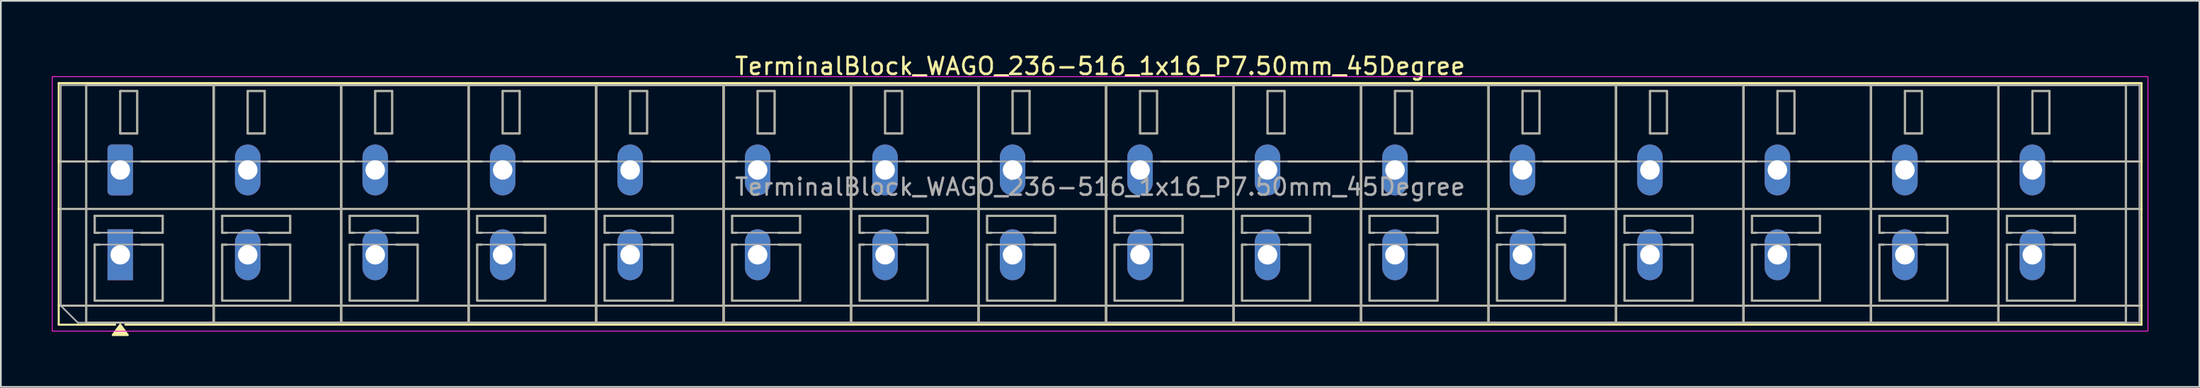
<source format=kicad_pcb>
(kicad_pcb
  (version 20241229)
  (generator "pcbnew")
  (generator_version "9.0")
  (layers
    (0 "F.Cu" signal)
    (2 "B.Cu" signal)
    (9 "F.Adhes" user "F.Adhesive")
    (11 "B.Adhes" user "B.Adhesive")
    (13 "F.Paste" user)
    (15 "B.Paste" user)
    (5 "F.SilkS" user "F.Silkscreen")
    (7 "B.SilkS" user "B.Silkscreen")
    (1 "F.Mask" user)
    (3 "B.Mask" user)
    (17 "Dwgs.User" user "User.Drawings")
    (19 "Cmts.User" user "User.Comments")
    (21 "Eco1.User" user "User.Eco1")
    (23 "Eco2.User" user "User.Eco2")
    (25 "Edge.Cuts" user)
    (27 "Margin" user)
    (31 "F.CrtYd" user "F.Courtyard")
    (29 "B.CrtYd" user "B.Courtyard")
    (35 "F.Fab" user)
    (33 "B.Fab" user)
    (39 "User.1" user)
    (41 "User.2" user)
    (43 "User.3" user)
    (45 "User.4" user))
  (footprint "TerminalBlock_WAGO_236-516_1x16_P7.50mm_45Degree"
    (layer "F.Cu")
    (at 4.025 6.968)
    (property "Reference" "TerminalBlock_WAGO_236-516_1x16_P7.50mm_45Degree" (at 57.65 -6.12 0) (layer "F.SilkS") (effects (font (size 1 1) (thickness 0.15))))
    (attr through_hole)
    (fp_line (start -3.62 -5.12) (end 118.92 -5.12) (stroke (width 0.12) (type solid)) (layer "F.SilkS"))
    (fp_line (start -3.62 -0.5) (end -1.23 -0.5) (stroke (width 0.12) (type solid)) (layer "F.SilkS"))
    (fp_line (start -3.62 2.3) (end 118.92 2.3) (stroke (width 0.12) (type solid)) (layer "F.SilkS"))
    (fp_line (start -3.62 8) (end 118.92 8) (stroke (width 0.12) (type solid)) (layer "F.SilkS"))
    (fp_line (start -3.62 9.12) (end -3.62 -5.12) (stroke (width 0.12) (type solid)) (layer "F.SilkS"))
    (fp_line (start -2 -5) (end 5.5 -5) (stroke (width 0.12) (type solid)) (layer "F.SilkS"))
    (fp_line (start -2 9) (end -2 -5) (stroke (width 0.12) (type solid)) (layer "F.SilkS"))
    (fp_line (start -1.5 2.7) (end 2.5 2.7) (stroke (width 0.12) (type solid)) (layer "F.SilkS"))
    (fp_line (start -1.5 3.7) (end -1.5 2.7) (stroke (width 0.12) (type solid)) (layer "F.SilkS"))
    (fp_line (start -1.5 4.4) (end -1.23 4.4) (stroke (width 0.12) (type solid)) (layer "F.SilkS"))
    (fp_line (start -1.5 7.7) (end -1.5 4.4) (stroke (width 0.12) (type solid)) (layer "F.SilkS"))
    (fp_line (start -1.23 3.7) (end -1.5 3.7) (stroke (width 0.12) (type solid)) (layer "F.SilkS"))
    (fp_line (start -0.3 9.12) (end -3.62 9.12) (stroke (width 0.12) (type solid)) (layer "F.SilkS"))
    (fp_line (start 0 -4.65) (end 1 -4.65) (stroke (width 0.12) (type solid)) (layer "F.SilkS"))
    (fp_line (start 0 -2.15) (end 0 -4.65) (stroke (width 0.12) (type solid)) (layer "F.SilkS"))
    (fp_line (start 1 -4.65) (end 1 -2.15) (stroke (width 0.12) (type solid)) (layer "F.SilkS"))
    (fp_line (start 1 -2.15) (end 0 -2.15) (stroke (width 0.12) (type solid)) (layer "F.SilkS"))
    (fp_line (start 1.23 -0.5) (end 6.27 -0.5) (stroke (width 0.12) (type solid)) (layer "F.SilkS"))
    (fp_line (start 1.23 4.4) (end 2.5 4.4) (stroke (width 0.12) (type solid)) (layer "F.SilkS"))
    (fp_line (start 2.5 2.7) (end 2.5 3.7) (stroke (width 0.12) (type solid)) (layer "F.SilkS"))
    (fp_line (start 2.5 3.7) (end 1.23 3.7) (stroke (width 0.12) (type solid)) (layer "F.SilkS"))
    (fp_line (start 2.5 4.4) (end 2.5 7.7) (stroke (width 0.12) (type solid)) (layer "F.SilkS"))
    (fp_line (start 2.5 7.7) (end -1.5 7.7) (stroke (width 0.12) (type solid)) (layer "F.SilkS"))
    (fp_line (start 5.5 -5) (end 5.5 9) (stroke (width 0.12) (type solid)) (layer "F.SilkS"))
    (fp_line (start 5.5 -5) (end 13 -5) (stroke (width 0.12) (type solid)) (layer "F.SilkS"))
    (fp_line (start 5.5 9) (end -2 9) (stroke (width 0.12) (type solid)) (layer "F.SilkS"))
    (fp_line (start 5.5 9) (end 5.5 -5) (stroke (width 0.12) (type solid)) (layer "F.SilkS"))
    (fp_line (start 6 2.7) (end 10 2.7) (stroke (width 0.12) (type solid)) (layer "F.SilkS"))
    (fp_line (start 6 3.7) (end 6 2.7) (stroke (width 0.12) (type solid)) (layer "F.SilkS"))
    (fp_line (start 6 4.4) (end 6.27 4.4) (stroke (width 0.12) (type solid)) (layer "F.SilkS"))
    (fp_line (start 6 7.7) (end 6 4.4) (stroke (width 0.12) (type solid)) (layer "F.SilkS"))
    (fp_line (start 6.27 3.7) (end 6 3.7) (stroke (width 0.12) (type solid)) (layer "F.SilkS"))
    (fp_line (start 7.5 -4.65) (end 8.5 -4.65) (stroke (width 0.12) (type solid)) (layer "F.SilkS"))
    (fp_line (start 7.5 -2.15) (end 7.5 -4.65) (stroke (width 0.12) (type solid)) (layer "F.SilkS"))
    (fp_line (start 8.5 -4.65) (end 8.5 -2.15) (stroke (width 0.12) (type solid)) (layer "F.SilkS"))
    (fp_line (start 8.5 -2.15) (end 7.5 -2.15) (stroke (width 0.12) (type solid)) (layer "F.SilkS"))
    (fp_line (start 8.73 -0.5) (end 13.77 -0.5) (stroke (width 0.12) (type solid)) (layer "F.SilkS"))
    (fp_line (start 8.73 4.4) (end 10 4.4) (stroke (width 0.12) (type solid)) (layer "F.SilkS"))
    (fp_line (start 10 2.7) (end 10 3.7) (stroke (width 0.12) (type solid)) (layer "F.SilkS"))
    (fp_line (start 10 3.7) (end 8.73 3.7) (stroke (width 0.12) (type solid)) (layer "F.SilkS"))
    (fp_line (start 10 4.4) (end 10 7.7) (stroke (width 0.12) (type solid)) (layer "F.SilkS"))
    (fp_line (start 10 7.7) (end 6 7.7) (stroke (width 0.12) (type solid)) (layer "F.SilkS"))
    (fp_line (start 13 -5) (end 13 9) (stroke (width 0.12) (type solid)) (layer "F.SilkS"))
    (fp_line (start 13 -5) (end 20.5 -5) (stroke (width 0.12) (type solid)) (layer "F.SilkS"))
    (fp_line (start 13 9) (end 5.5 9) (stroke (width 0.12) (type solid)) (layer "F.SilkS"))
    (fp_line (start 13 9) (end 13 -5) (stroke (width 0.12) (type solid)) (layer "F.SilkS"))
    (fp_line (start 13.5 2.7) (end 17.5 2.7) (stroke (width 0.12) (type solid)) (layer "F.SilkS"))
    (fp_line (start 13.5 3.7) (end 13.5 2.7) (stroke (width 0.12) (type solid)) (layer "F.SilkS"))
    (fp_line (start 13.5 4.4) (end 13.77 4.4) (stroke (width 0.12) (type solid)) (layer "F.SilkS"))
    (fp_line (start 13.5 7.7) (end 13.5 4.4) (stroke (width 0.12) (type solid)) (layer "F.SilkS"))
    (fp_line (start 13.77 3.7) (end 13.5 3.7) (stroke (width 0.12) (type solid)) (layer "F.SilkS"))
    (fp_line (start 15 -4.65) (end 16 -4.65) (stroke (width 0.12) (type solid)) (layer "F.SilkS"))
    (fp_line (start 15 -2.15) (end 15 -4.65) (stroke (width 0.12) (type solid)) (layer "F.SilkS"))
    (fp_line (start 16 -4.65) (end 16 -2.15) (stroke (width 0.12) (type solid)) (layer "F.SilkS"))
    (fp_line (start 16 -2.15) (end 15 -2.15) (stroke (width 0.12) (type solid)) (layer "F.SilkS"))
    (fp_line (start 16.23 -0.5) (end 21.27 -0.5) (stroke (width 0.12) (type solid)) (layer "F.SilkS"))
    (fp_line (start 16.23 4.4) (end 17.5 4.4) (stroke (width 0.12) (type solid)) (layer "F.SilkS"))
    (fp_line (start 17.5 2.7) (end 17.5 3.7) (stroke (width 0.12) (type solid)) (layer "F.SilkS"))
    (fp_line (start 17.5 3.7) (end 16.23 3.7) (stroke (width 0.12) (type solid)) (layer "F.SilkS"))
    (fp_line (start 17.5 4.4) (end 17.5 7.7) (stroke (width 0.12) (type solid)) (layer "F.SilkS"))
    (fp_line (start 17.5 7.7) (end 13.5 7.7) (stroke (width 0.12) (type solid)) (layer "F.SilkS"))
    (fp_line (start 20.5 -5) (end 20.5 9) (stroke (width 0.12) (type solid)) (layer "F.SilkS"))
    (fp_line (start 20.5 -5) (end 28 -5) (stroke (width 0.12) (type solid)) (layer "F.SilkS"))
    (fp_line (start 20.5 9) (end 13 9) (stroke (width 0.12) (type solid)) (layer "F.SilkS"))
    (fp_line (start 20.5 9) (end 20.5 -5) (stroke (width 0.12) (type solid)) (layer "F.SilkS"))
    (fp_line (start 21 2.7) (end 25 2.7) (stroke (width 0.12) (type solid)) (layer "F.SilkS"))
    (fp_line (start 21 3.7) (end 21 2.7) (stroke (width 0.12) (type solid)) (layer "F.SilkS"))
    (fp_line (start 21 4.4) (end 21.27 4.4) (stroke (width 0.12) (type solid)) (layer "F.SilkS"))
    (fp_line (start 21 7.7) (end 21 4.4) (stroke (width 0.12) (type solid)) (layer "F.SilkS"))
    (fp_line (start 21.27 3.7) (end 21 3.7) (stroke (width 0.12) (type solid)) (layer "F.SilkS"))
    (fp_line (start 22.5 -4.65) (end 23.5 -4.65) (stroke (width 0.12) (type solid)) (layer "F.SilkS"))
    (fp_line (start 22.5 -2.15) (end 22.5 -4.65) (stroke (width 0.12) (type solid)) (layer "F.SilkS"))
    (fp_line (start 23.5 -4.65) (end 23.5 -2.15) (stroke (width 0.12) (type solid)) (layer "F.SilkS"))
    (fp_line (start 23.5 -2.15) (end 22.5 -2.15) (stroke (width 0.12) (type solid)) (layer "F.SilkS"))
    (fp_line (start 23.73 -0.5) (end 28.77 -0.5) (stroke (width 0.12) (type solid)) (layer "F.SilkS"))
    (fp_line (start 23.73 4.4) (end 25 4.4) (stroke (width 0.12) (type solid)) (layer "F.SilkS"))
    (fp_line (start 25 2.7) (end 25 3.7) (stroke (width 0.12) (type solid)) (layer "F.SilkS"))
    (fp_line (start 25 3.7) (end 23.73 3.7) (stroke (width 0.12) (type solid)) (layer "F.SilkS"))
    (fp_line (start 25 4.4) (end 25 7.7) (stroke (width 0.12) (type solid)) (layer "F.SilkS"))
    (fp_line (start 25 7.7) (end 21 7.7) (stroke (width 0.12) (type solid)) (layer "F.SilkS"))
    (fp_line (start 28 -5) (end 28 9) (stroke (width 0.12) (type solid)) (layer "F.SilkS"))
    (fp_line (start 28 -5) (end 35.5 -5) (stroke (width 0.12) (type solid)) (layer "F.SilkS"))
    (fp_line (start 28 9) (end 20.5 9) (stroke (width 0.12) (type solid)) (layer "F.SilkS"))
    (fp_line (start 28 9) (end 28 -5) (stroke (width 0.12) (type solid)) (layer "F.SilkS"))
    (fp_line (start 28.5 2.7) (end 32.5 2.7) (stroke (width 0.12) (type solid)) (layer "F.SilkS"))
    (fp_line (start 28.5 3.7) (end 28.5 2.7) (stroke (width 0.12) (type solid)) (layer "F.SilkS"))
    (fp_line (start 28.5 4.4) (end 28.77 4.4) (stroke (width 0.12) (type solid)) (layer "F.SilkS"))
    (fp_line (start 28.5 7.7) (end 28.5 4.4) (stroke (width 0.12) (type solid)) (layer "F.SilkS"))
    (fp_line (start 28.77 3.7) (end 28.5 3.7) (stroke (width 0.12) (type solid)) (layer "F.SilkS"))
    (fp_line (start 30 -4.65) (end 31 -4.65) (stroke (width 0.12) (type solid)) (layer "F.SilkS"))
    (fp_line (start 30 -2.15) (end 30 -4.65) (stroke (width 0.12) (type solid)) (layer "F.SilkS"))
    (fp_line (start 31 -4.65) (end 31 -2.15) (stroke (width 0.12) (type solid)) (layer "F.SilkS"))
    (fp_line (start 31 -2.15) (end 30 -2.15) (stroke (width 0.12) (type solid)) (layer "F.SilkS"))
    (fp_line (start 31.23 -0.5) (end 36.27 -0.5) (stroke (width 0.12) (type solid)) (layer "F.SilkS"))
    (fp_line (start 31.23 4.4) (end 32.5 4.4) (stroke (width 0.12) (type solid)) (layer "F.SilkS"))
    (fp_line (start 32.5 2.7) (end 32.5 3.7) (stroke (width 0.12) (type solid)) (layer "F.SilkS"))
    (fp_line (start 32.5 3.7) (end 31.23 3.7) (stroke (width 0.12) (type solid)) (layer "F.SilkS"))
    (fp_line (start 32.5 4.4) (end 32.5 7.7) (stroke (width 0.12) (type solid)) (layer "F.SilkS"))
    (fp_line (start 32.5 7.7) (end 28.5 7.7) (stroke (width 0.12) (type solid)) (layer "F.SilkS"))
    (fp_line (start 35.5 -5) (end 35.5 9) (stroke (width 0.12) (type solid)) (layer "F.SilkS"))
    (fp_line (start 35.5 -5) (end 43 -5) (stroke (width 0.12) (type solid)) (layer "F.SilkS"))
    (fp_line (start 35.5 9) (end 28 9) (stroke (width 0.12) (type solid)) (layer "F.SilkS"))
    (fp_line (start 35.5 9) (end 35.5 -5) (stroke (width 0.12) (type solid)) (layer "F.SilkS"))
    (fp_line (start 36 2.7) (end 40 2.7) (stroke (width 0.12) (type solid)) (layer "F.SilkS"))
    (fp_line (start 36 3.7) (end 36 2.7) (stroke (width 0.12) (type solid)) (layer "F.SilkS"))
    (fp_line (start 36 4.4) (end 36.27 4.4) (stroke (width 0.12) (type solid)) (layer "F.SilkS"))
    (fp_line (start 36 7.7) (end 36 4.4) (stroke (width 0.12) (type solid)) (layer "F.SilkS"))
    (fp_line (start 36.27 3.7) (end 36 3.7) (stroke (width 0.12) (type solid)) (layer "F.SilkS"))
    (fp_line (start 37.5 -4.65) (end 38.5 -4.65) (stroke (width 0.12) (type solid)) (layer "F.SilkS"))
    (fp_line (start 37.5 -2.15) (end 37.5 -4.65) (stroke (width 0.12) (type solid)) (layer "F.SilkS"))
    (fp_line (start 38.5 -4.65) (end 38.5 -2.15) (stroke (width 0.12) (type solid)) (layer "F.SilkS"))
    (fp_line (start 38.5 -2.15) (end 37.5 -2.15) (stroke (width 0.12) (type solid)) (layer "F.SilkS"))
    (fp_line (start 38.73 -0.5) (end 43.77 -0.5) (stroke (width 0.12) (type solid)) (layer "F.SilkS"))
    (fp_line (start 38.73 4.4) (end 40 4.4) (stroke (width 0.12) (type solid)) (layer "F.SilkS"))
    (fp_line (start 40 2.7) (end 40 3.7) (stroke (width 0.12) (type solid)) (layer "F.SilkS"))
    (fp_line (start 40 3.7) (end 38.73 3.7) (stroke (width 0.12) (type solid)) (layer "F.SilkS"))
    (fp_line (start 40 4.4) (end 40 7.7) (stroke (width 0.12) (type solid)) (layer "F.SilkS"))
    (fp_line (start 40 7.7) (end 36 7.7) (stroke (width 0.12) (type solid)) (layer "F.SilkS"))
    (fp_line (start 43 -5) (end 43 9) (stroke (width 0.12) (type solid)) (layer "F.SilkS"))
    (fp_line (start 43 -5) (end 50.5 -5) (stroke (width 0.12) (type solid)) (layer "F.SilkS"))
    (fp_line (start 43 9) (end 35.5 9) (stroke (width 0.12) (type solid)) (layer "F.SilkS"))
    (fp_line (start 43 9) (end 43 -5) (stroke (width 0.12) (type solid)) (layer "F.SilkS"))
    (fp_line (start 43.5 2.7) (end 47.5 2.7) (stroke (width 0.12) (type solid)) (layer "F.SilkS"))
    (fp_line (start 43.5 3.7) (end 43.5 2.7) (stroke (width 0.12) (type solid)) (layer "F.SilkS"))
    (fp_line (start 43.5 4.4) (end 43.77 4.4) (stroke (width 0.12) (type solid)) (layer "F.SilkS"))
    (fp_line (start 43.5 7.7) (end 43.5 4.4) (stroke (width 0.12) (type solid)) (layer "F.SilkS"))
    (fp_line (start 43.77 3.7) (end 43.5 3.7) (stroke (width 0.12) (type solid)) (layer "F.SilkS"))
    (fp_line (start 45 -4.65) (end 46 -4.65) (stroke (width 0.12) (type solid)) (layer "F.SilkS"))
    (fp_line (start 45 -2.15) (end 45 -4.65) (stroke (width 0.12) (type solid)) (layer "F.SilkS"))
    (fp_line (start 46 -4.65) (end 46 -2.15) (stroke (width 0.12) (type solid)) (layer "F.SilkS"))
    (fp_line (start 46 -2.15) (end 45 -2.15) (stroke (width 0.12) (type solid)) (layer "F.SilkS"))
    (fp_line (start 46.23 -0.5) (end 51.27 -0.5) (stroke (width 0.12) (type solid)) (layer "F.SilkS"))
    (fp_line (start 46.23 4.4) (end 47.5 4.4) (stroke (width 0.12) (type solid)) (layer "F.SilkS"))
    (fp_line (start 47.5 2.7) (end 47.5 3.7) (stroke (width 0.12) (type solid)) (layer "F.SilkS"))
    (fp_line (start 47.5 3.7) (end 46.23 3.7) (stroke (width 0.12) (type solid)) (layer "F.SilkS"))
    (fp_line (start 47.5 4.4) (end 47.5 7.7) (stroke (width 0.12) (type solid)) (layer "F.SilkS"))
    (fp_line (start 47.5 7.7) (end 43.5 7.7) (stroke (width 0.12) (type solid)) (layer "F.SilkS"))
    (fp_line (start 50.5 -5) (end 50.5 9) (stroke (width 0.12) (type solid)) (layer "F.SilkS"))
    (fp_line (start 50.5 -5) (end 58 -5) (stroke (width 0.12) (type solid)) (layer "F.SilkS"))
    (fp_line (start 50.5 9) (end 43 9) (stroke (width 0.12) (type solid)) (layer "F.SilkS"))
    (fp_line (start 50.5 9) (end 50.5 -5) (stroke (width 0.12) (type solid)) (layer "F.SilkS"))
    (fp_line (start 51 2.7) (end 55 2.7) (stroke (width 0.12) (type solid)) (layer "F.SilkS"))
    (fp_line (start 51 3.7) (end 51 2.7) (stroke (width 0.12) (type solid)) (layer "F.SilkS"))
    (fp_line (start 51 4.4) (end 51.27 4.4) (stroke (width 0.12) (type solid)) (layer "F.SilkS"))
    (fp_line (start 51 7.7) (end 51 4.4) (stroke (width 0.12) (type solid)) (layer "F.SilkS"))
    (fp_line (start 51.27 3.7) (end 51 3.7) (stroke (width 0.12) (type solid)) (layer "F.SilkS"))
    (fp_line (start 52.5 -4.65) (end 53.5 -4.65) (stroke (width 0.12) (type solid)) (layer "F.SilkS"))
    (fp_line (start 52.5 -2.15) (end 52.5 -4.65) (stroke (width 0.12) (type solid)) (layer "F.SilkS"))
    (fp_line (start 53.5 -4.65) (end 53.5 -2.15) (stroke (width 0.12) (type solid)) (layer "F.SilkS"))
    (fp_line (start 53.5 -2.15) (end 52.5 -2.15) (stroke (width 0.12) (type solid)) (layer "F.SilkS"))
    (fp_line (start 53.73 -0.5) (end 58.77 -0.5) (stroke (width 0.12) (type solid)) (layer "F.SilkS"))
    (fp_line (start 53.73 4.4) (end 55 4.4) (stroke (width 0.12) (type solid)) (layer "F.SilkS"))
    (fp_line (start 55 2.7) (end 55 3.7) (stroke (width 0.12) (type solid)) (layer "F.SilkS"))
    (fp_line (start 55 3.7) (end 53.73 3.7) (stroke (width 0.12) (type solid)) (layer "F.SilkS"))
    (fp_line (start 55 4.4) (end 55 7.7) (stroke (width 0.12) (type solid)) (layer "F.SilkS"))
    (fp_line (start 55 7.7) (end 51 7.7) (stroke (width 0.12) (type solid)) (layer "F.SilkS"))
    (fp_line (start 58 -5) (end 58 9) (stroke (width 0.12) (type solid)) (layer "F.SilkS"))
    (fp_line (start 58 -5) (end 65.5 -5) (stroke (width 0.12) (type solid)) (layer "F.SilkS"))
    (fp_line (start 58 9) (end 50.5 9) (stroke (width 0.12) (type solid)) (layer "F.SilkS"))
    (fp_line (start 58 9) (end 58 -5) (stroke (width 0.12) (type solid)) (layer "F.SilkS"))
    (fp_line (start 58.5 2.7) (end 62.5 2.7) (stroke (width 0.12) (type solid)) (layer "F.SilkS"))
    (fp_line (start 58.5 3.7) (end 58.5 2.7) (stroke (width 0.12) (type solid)) (layer "F.SilkS"))
    (fp_line (start 58.5 4.4) (end 58.77 4.4) (stroke (width 0.12) (type solid)) (layer "F.SilkS"))
    (fp_line (start 58.5 7.7) (end 58.5 4.4) (stroke (width 0.12) (type solid)) (layer "F.SilkS"))
    (fp_line (start 58.77 3.7) (end 58.5 3.7) (stroke (width 0.12) (type solid)) (layer "F.SilkS"))
    (fp_line (start 60 -4.65) (end 61 -4.65) (stroke (width 0.12) (type solid)) (layer "F.SilkS"))
    (fp_line (start 60 -2.15) (end 60 -4.65) (stroke (width 0.12) (type solid)) (layer "F.SilkS"))
    (fp_line (start 61 -4.65) (end 61 -2.15) (stroke (width 0.12) (type solid)) (layer "F.SilkS"))
    (fp_line (start 61 -2.15) (end 60 -2.15) (stroke (width 0.12) (type solid)) (layer "F.SilkS"))
    (fp_line (start 61.23 -0.5) (end 66.27 -0.5) (stroke (width 0.12) (type solid)) (layer "F.SilkS"))
    (fp_line (start 61.23 4.4) (end 62.5 4.4) (stroke (width 0.12) (type solid)) (layer "F.SilkS"))
    (fp_line (start 62.5 2.7) (end 62.5 3.7) (stroke (width 0.12) (type solid)) (layer "F.SilkS"))
    (fp_line (start 62.5 3.7) (end 61.23 3.7) (stroke (width 0.12) (type solid)) (layer "F.SilkS"))
    (fp_line (start 62.5 4.4) (end 62.5 7.7) (stroke (width 0.12) (type solid)) (layer "F.SilkS"))
    (fp_line (start 62.5 7.7) (end 58.5 7.7) (stroke (width 0.12) (type solid)) (layer "F.SilkS"))
    (fp_line (start 65.5 -5) (end 65.5 9) (stroke (width 0.12) (type solid)) (layer "F.SilkS"))
    (fp_line (start 65.5 -5) (end 73 -5) (stroke (width 0.12) (type solid)) (layer "F.SilkS"))
    (fp_line (start 65.5 9) (end 58 9) (stroke (width 0.12) (type solid)) (layer "F.SilkS"))
    (fp_line (start 65.5 9) (end 65.5 -5) (stroke (width 0.12) (type solid)) (layer "F.SilkS"))
    (fp_line (start 66 2.7) (end 70 2.7) (stroke (width 0.12) (type solid)) (layer "F.SilkS"))
    (fp_line (start 66 3.7) (end 66 2.7) (stroke (width 0.12) (type solid)) (layer "F.SilkS"))
    (fp_line (start 66 4.4) (end 66.27 4.4) (stroke (width 0.12) (type solid)) (layer "F.SilkS"))
    (fp_line (start 66 7.7) (end 66 4.4) (stroke (width 0.12) (type solid)) (layer "F.SilkS"))
    (fp_line (start 66.27 3.7) (end 66 3.7) (stroke (width 0.12) (type solid)) (layer "F.SilkS"))
    (fp_line (start 67.5 -4.65) (end 68.5 -4.65) (stroke (width 0.12) (type solid)) (layer "F.SilkS"))
    (fp_line (start 67.5 -2.15) (end 67.5 -4.65) (stroke (width 0.12) (type solid)) (layer "F.SilkS"))
    (fp_line (start 68.5 -4.65) (end 68.5 -2.15) (stroke (width 0.12) (type solid)) (layer "F.SilkS"))
    (fp_line (start 68.5 -2.15) (end 67.5 -2.15) (stroke (width 0.12) (type solid)) (layer "F.SilkS"))
    (fp_line (start 68.73 -0.5) (end 73.77 -0.5) (stroke (width 0.12) (type solid)) (layer "F.SilkS"))
    (fp_line (start 68.73 4.4) (end 70 4.4) (stroke (width 0.12) (type solid)) (layer "F.SilkS"))
    (fp_line (start 70 2.7) (end 70 3.7) (stroke (width 0.12) (type solid)) (layer "F.SilkS"))
    (fp_line (start 70 3.7) (end 68.73 3.7) (stroke (width 0.12) (type solid)) (layer "F.SilkS"))
    (fp_line (start 70 4.4) (end 70 7.7) (stroke (width 0.12) (type solid)) (layer "F.SilkS"))
    (fp_line (start 70 7.7) (end 66 7.7) (stroke (width 0.12) (type solid)) (layer "F.SilkS"))
    (fp_line (start 73 -5) (end 73 9) (stroke (width 0.12) (type solid)) (layer "F.SilkS"))
    (fp_line (start 73 -5) (end 80.5 -5) (stroke (width 0.12) (type solid)) (layer "F.SilkS"))
    (fp_line (start 73 9) (end 65.5 9) (stroke (width 0.12) (type solid)) (layer "F.SilkS"))
    (fp_line (start 73 9) (end 73 -5) (stroke (width 0.12) (type solid)) (layer "F.SilkS"))
    (fp_line (start 73.5 2.7) (end 77.5 2.7) (stroke (width 0.12) (type solid)) (layer "F.SilkS"))
    (fp_line (start 73.5 3.7) (end 73.5 2.7) (stroke (width 0.12) (type solid)) (layer "F.SilkS"))
    (fp_line (start 73.5 4.4) (end 73.77 4.4) (stroke (width 0.12) (type solid)) (layer "F.SilkS"))
    (fp_line (start 73.5 7.7) (end 73.5 4.4) (stroke (width 0.12) (type solid)) (layer "F.SilkS"))
    (fp_line (start 73.77 3.7) (end 73.5 3.7) (stroke (width 0.12) (type solid)) (layer "F.SilkS"))
    (fp_line (start 75 -4.65) (end 76 -4.65) (stroke (width 0.12) (type solid)) (layer "F.SilkS"))
    (fp_line (start 75 -2.15) (end 75 -4.65) (stroke (width 0.12) (type solid)) (layer "F.SilkS"))
    (fp_line (start 76 -4.65) (end 76 -2.15) (stroke (width 0.12) (type solid)) (layer "F.SilkS"))
    (fp_line (start 76 -2.15) (end 75 -2.15) (stroke (width 0.12) (type solid)) (layer "F.SilkS"))
    (fp_line (start 76.23 -0.5) (end 81.27 -0.5) (stroke (width 0.12) (type solid)) (layer "F.SilkS"))
    (fp_line (start 76.23 4.4) (end 77.5 4.4) (stroke (width 0.12) (type solid)) (layer "F.SilkS"))
    (fp_line (start 77.5 2.7) (end 77.5 3.7) (stroke (width 0.12) (type solid)) (layer "F.SilkS"))
    (fp_line (start 77.5 3.7) (end 76.23 3.7) (stroke (width 0.12) (type solid)) (layer "F.SilkS"))
    (fp_line (start 77.5 4.4) (end 77.5 7.7) (stroke (width 0.12) (type solid)) (layer "F.SilkS"))
    (fp_line (start 77.5 7.7) (end 73.5 7.7) (stroke (width 0.12) (type solid)) (layer "F.SilkS"))
    (fp_line (start 80.5 -5) (end 80.5 9) (stroke (width 0.12) (type solid)) (layer "F.SilkS"))
    (fp_line (start 80.5 -5) (end 88 -5) (stroke (width 0.12) (type solid)) (layer "F.SilkS"))
    (fp_line (start 80.5 9) (end 73 9) (stroke (width 0.12) (type solid)) (layer "F.SilkS"))
    (fp_line (start 80.5 9) (end 80.5 -5) (stroke (width 0.12) (type solid)) (layer "F.SilkS"))
    (fp_line (start 81 2.7) (end 85 2.7) (stroke (width 0.12) (type solid)) (layer "F.SilkS"))
    (fp_line (start 81 3.7) (end 81 2.7) (stroke (width 0.12) (type solid)) (layer "F.SilkS"))
    (fp_line (start 81 4.4) (end 81.27 4.4) (stroke (width 0.12) (type solid)) (layer "F.SilkS"))
    (fp_line (start 81 7.7) (end 81 4.4) (stroke (width 0.12) (type solid)) (layer "F.SilkS"))
    (fp_line (start 81.27 3.7) (end 81 3.7) (stroke (width 0.12) (type solid)) (layer "F.SilkS"))
    (fp_line (start 82.5 -4.65) (end 83.5 -4.65) (stroke (width 0.12) (type solid)) (layer "F.SilkS"))
    (fp_line (start 82.5 -2.15) (end 82.5 -4.65) (stroke (width 0.12) (type solid)) (layer "F.SilkS"))
    (fp_line (start 83.5 -4.65) (end 83.5 -2.15) (stroke (width 0.12) (type solid)) (layer "F.SilkS"))
    (fp_line (start 83.5 -2.15) (end 82.5 -2.15) (stroke (width 0.12) (type solid)) (layer "F.SilkS"))
    (fp_line (start 83.73 -0.5) (end 88.77 -0.5) (stroke (width 0.12) (type solid)) (layer "F.SilkS"))
    (fp_line (start 83.73 4.4) (end 85 4.4) (stroke (width 0.12) (type solid)) (layer "F.SilkS"))
    (fp_line (start 85 2.7) (end 85 3.7) (stroke (width 0.12) (type solid)) (layer "F.SilkS"))
    (fp_line (start 85 3.7) (end 83.73 3.7) (stroke (width 0.12) (type solid)) (layer "F.SilkS"))
    (fp_line (start 85 4.4) (end 85 7.7) (stroke (width 0.12) (type solid)) (layer "F.SilkS"))
    (fp_line (start 85 7.7) (end 81 7.7) (stroke (width 0.12) (type solid)) (layer "F.SilkS"))
    (fp_line (start 88 -5) (end 88 9) (stroke (width 0.12) (type solid)) (layer "F.SilkS"))
    (fp_line (start 88 -5) (end 95.5 -5) (stroke (width 0.12) (type solid)) (layer "F.SilkS"))
    (fp_line (start 88 9) (end 80.5 9) (stroke (width 0.12) (type solid)) (layer "F.SilkS"))
    (fp_line (start 88 9) (end 88 -5) (stroke (width 0.12) (type solid)) (layer "F.SilkS"))
    (fp_line (start 88.5 2.7) (end 92.5 2.7) (stroke (width 0.12) (type solid)) (layer "F.SilkS"))
    (fp_line (start 88.5 3.7) (end 88.5 2.7) (stroke (width 0.12) (type solid)) (layer "F.SilkS"))
    (fp_line (start 88.5 4.4) (end 88.77 4.4) (stroke (width 0.12) (type solid)) (layer "F.SilkS"))
    (fp_line (start 88.5 7.7) (end 88.5 4.4) (stroke (width 0.12) (type solid)) (layer "F.SilkS"))
    (fp_line (start 88.77 3.7) (end 88.5 3.7) (stroke (width 0.12) (type solid)) (layer "F.SilkS"))
    (fp_line (start 90 -4.65) (end 91 -4.65) (stroke (width 0.12) (type solid)) (layer "F.SilkS"))
    (fp_line (start 90 -2.15) (end 90 -4.65) (stroke (width 0.12) (type solid)) (layer "F.SilkS"))
    (fp_line (start 91 -4.65) (end 91 -2.15) (stroke (width 0.12) (type solid)) (layer "F.SilkS"))
    (fp_line (start 91 -2.15) (end 90 -2.15) (stroke (width 0.12) (type solid)) (layer "F.SilkS"))
    (fp_line (start 91.23 -0.5) (end 96.27 -0.5) (stroke (width 0.12) (type solid)) (layer "F.SilkS"))
    (fp_line (start 91.23 4.4) (end 92.5 4.4) (stroke (width 0.12) (type solid)) (layer "F.SilkS"))
    (fp_line (start 92.5 2.7) (end 92.5 3.7) (stroke (width 0.12) (type solid)) (layer "F.SilkS"))
    (fp_line (start 92.5 3.7) (end 91.23 3.7) (stroke (width 0.12) (type solid)) (layer "F.SilkS"))
    (fp_line (start 92.5 4.4) (end 92.5 7.7) (stroke (width 0.12) (type solid)) (layer "F.SilkS"))
    (fp_line (start 92.5 7.7) (end 88.5 7.7) (stroke (width 0.12) (type solid)) (layer "F.SilkS"))
    (fp_line (start 95.5 -5) (end 95.5 9) (stroke (width 0.12) (type solid)) (layer "F.SilkS"))
    (fp_line (start 95.5 -5) (end 103 -5) (stroke (width 0.12) (type solid)) (layer "F.SilkS"))
    (fp_line (start 95.5 9) (end 88 9) (stroke (width 0.12) (type solid)) (layer "F.SilkS"))
    (fp_line (start 95.5 9) (end 95.5 -5) (stroke (width 0.12) (type solid)) (layer "F.SilkS"))
    (fp_line (start 96 2.7) (end 100 2.7) (stroke (width 0.12) (type solid)) (layer "F.SilkS"))
    (fp_line (start 96 3.7) (end 96 2.7) (stroke (width 0.12) (type solid)) (layer "F.SilkS"))
    (fp_line (start 96 4.4) (end 96.27 4.4) (stroke (width 0.12) (type solid)) (layer "F.SilkS"))
    (fp_line (start 96 7.7) (end 96 4.4) (stroke (width 0.12) (type solid)) (layer "F.SilkS"))
    (fp_line (start 96.27 3.7) (end 96 3.7) (stroke (width 0.12) (type solid)) (layer "F.SilkS"))
    (fp_line (start 97.5 -4.65) (end 98.5 -4.65) (stroke (width 0.12) (type solid)) (layer "F.SilkS"))
    (fp_line (start 97.5 -2.15) (end 97.5 -4.65) (stroke (width 0.12) (type solid)) (layer "F.SilkS"))
    (fp_line (start 98.5 -4.65) (end 98.5 -2.15) (stroke (width 0.12) (type solid)) (layer "F.SilkS"))
    (fp_line (start 98.5 -2.15) (end 97.5 -2.15) (stroke (width 0.12) (type solid)) (layer "F.SilkS"))
    (fp_line (start 98.73 -0.5) (end 103.77 -0.5) (stroke (width 0.12) (type solid)) (layer "F.SilkS"))
    (fp_line (start 98.73 4.4) (end 100 4.4) (stroke (width 0.12) (type solid)) (layer "F.SilkS"))
    (fp_line (start 100 2.7) (end 100 3.7) (stroke (width 0.12) (type solid)) (layer "F.SilkS"))
    (fp_line (start 100 3.7) (end 98.73 3.7) (stroke (width 0.12) (type solid)) (layer "F.SilkS"))
    (fp_line (start 100 4.4) (end 100 7.7) (stroke (width 0.12) (type solid)) (layer "F.SilkS"))
    (fp_line (start 100 7.7) (end 96 7.7) (stroke (width 0.12) (type solid)) (layer "F.SilkS"))
    (fp_line (start 103 -5) (end 103 9) (stroke (width 0.12) (type solid)) (layer "F.SilkS"))
    (fp_line (start 103 -5) (end 110.5 -5) (stroke (width 0.12) (type solid)) (layer "F.SilkS"))
    (fp_line (start 103 9) (end 95.5 9) (stroke (width 0.12) (type solid)) (layer "F.SilkS"))
    (fp_line (start 103 9) (end 103 -5) (stroke (width 0.12) (type solid)) (layer "F.SilkS"))
    (fp_line (start 103.5 2.7) (end 107.5 2.7) (stroke (width 0.12) (type solid)) (layer "F.SilkS"))
    (fp_line (start 103.5 3.7) (end 103.5 2.7) (stroke (width 0.12) (type solid)) (layer "F.SilkS"))
    (fp_line (start 103.5 4.4) (end 103.77 4.4) (stroke (width 0.12) (type solid)) (layer "F.SilkS"))
    (fp_line (start 103.5 7.7) (end 103.5 4.4) (stroke (width 0.12) (type solid)) (layer "F.SilkS"))
    (fp_line (start 103.77 3.7) (end 103.5 3.7) (stroke (width 0.12) (type solid)) (layer "F.SilkS"))
    (fp_line (start 105 -4.65) (end 106 -4.65) (stroke (width 0.12) (type solid)) (layer "F.SilkS"))
    (fp_line (start 105 -2.15) (end 105 -4.65) (stroke (width 0.12) (type solid)) (layer "F.SilkS"))
    (fp_line (start 106 -4.65) (end 106 -2.15) (stroke (width 0.12) (type solid)) (layer "F.SilkS"))
    (fp_line (start 106 -2.15) (end 105 -2.15) (stroke (width 0.12) (type solid)) (layer "F.SilkS"))
    (fp_line (start 106.23 -0.5) (end 111.27 -0.5) (stroke (width 0.12) (type solid)) (layer "F.SilkS"))
    (fp_line (start 106.23 4.4) (end 107.5 4.4) (stroke (width 0.12) (type solid)) (layer "F.SilkS"))
    (fp_line (start 107.5 2.7) (end 107.5 3.7) (stroke (width 0.12) (type solid)) (layer "F.SilkS"))
    (fp_line (start 107.5 3.7) (end 106.23 3.7) (stroke (width 0.12) (type solid)) (layer "F.SilkS"))
    (fp_line (start 107.5 4.4) (end 107.5 7.7) (stroke (width 0.12) (type solid)) (layer "F.SilkS"))
    (fp_line (start 107.5 7.7) (end 103.5 7.7) (stroke (width 0.12) (type solid)) (layer "F.SilkS"))
    (fp_line (start 110.5 -5) (end 110.5 9) (stroke (width 0.12) (type solid)) (layer "F.SilkS"))
    (fp_line (start 110.5 -5) (end 118 -5) (stroke (width 0.12) (type solid)) (layer "F.SilkS"))
    (fp_line (start 110.5 9) (end 103 9) (stroke (width 0.12) (type solid)) (layer "F.SilkS"))
    (fp_line (start 110.5 9) (end 110.5 -5) (stroke (width 0.12) (type solid)) (layer "F.SilkS"))
    (fp_line (start 111 2.7) (end 115 2.7) (stroke (width 0.12) (type solid)) (layer "F.SilkS"))
    (fp_line (start 111 3.7) (end 111 2.7) (stroke (width 0.12) (type solid)) (layer "F.SilkS"))
    (fp_line (start 111 4.4) (end 111.27 4.4) (stroke (width 0.12) (type solid)) (layer "F.SilkS"))
    (fp_line (start 111 7.7) (end 111 4.4) (stroke (width 0.12) (type solid)) (layer "F.SilkS"))
    (fp_line (start 111.27 3.7) (end 111 3.7) (stroke (width 0.12) (type solid)) (layer "F.SilkS"))
    (fp_line (start 112.5 -4.65) (end 113.5 -4.65) (stroke (width 0.12) (type solid)) (layer "F.SilkS"))
    (fp_line (start 112.5 -2.15) (end 112.5 -4.65) (stroke (width 0.12) (type solid)) (layer "F.SilkS"))
    (fp_line (start 113.5 -4.65) (end 113.5 -2.15) (stroke (width 0.12) (type solid)) (layer "F.SilkS"))
    (fp_line (start 113.5 -2.15) (end 112.5 -2.15) (stroke (width 0.12) (type solid)) (layer "F.SilkS"))
    (fp_line (start 113.73 -0.5) (end 118.92 -0.5) (stroke (width 0.12) (type solid)) (layer "F.SilkS"))
    (fp_line (start 113.73 4.4) (end 115 4.4) (stroke (width 0.12) (type solid)) (layer "F.SilkS"))
    (fp_line (start 115 2.7) (end 115 3.7) (stroke (width 0.12) (type solid)) (layer "F.SilkS"))
    (fp_line (start 115 3.7) (end 113.73 3.7) (stroke (width 0.12) (type solid)) (layer "F.SilkS"))
    (fp_line (start 115 4.4) (end 115 7.7) (stroke (width 0.12) (type solid)) (layer "F.SilkS"))
    (fp_line (start 115 7.7) (end 111 7.7) (stroke (width 0.12) (type solid)) (layer "F.SilkS"))
    (fp_line (start 118 -5) (end 118 9) (stroke (width 0.12) (type solid)) (layer "F.SilkS"))
    (fp_line (start 118 9) (end 110.5 9) (stroke (width 0.12) (type solid)) (layer "F.SilkS"))
    (fp_line (start 118.92 -5.12) (end 118.92 9.12) (stroke (width 0.12) (type solid)) (layer "F.SilkS"))
    (fp_line (start 118.92 9.12) (end 0.3 9.12) (stroke (width 0.12) (type solid)) (layer "F.SilkS"))
    (fp_poly (pts (xy 0 9.12) (xy 0.44 9.73) (xy -0.44 9.73)) (stroke (width 0.12) (type solid)) (fill yes) (layer "F.SilkS"))
    (fp_line (start -4 -5.5) (end -4 9.5) (stroke (width 0.05) (type solid)) (layer "F.CrtYd"))
    (fp_line (start -4 9.5) (end 119.3 9.5) (stroke (width 0.05) (type solid)) (layer "F.CrtYd"))
    (fp_line (start 119.3 -5.5) (end -4 -5.5) (stroke (width 0.05) (type solid)) (layer "F.CrtYd"))
    (fp_line (start 119.3 9.5) (end 119.3 -5.5) (stroke (width 0.05) (type solid)) (layer "F.CrtYd"))
    (fp_line (start -3.5 -5) (end 118.8 -5) (stroke (width 0.1) (type solid)) (layer "F.Fab"))
    (fp_line (start -3.5 -0.5) (end 118.8 -0.5) (stroke (width 0.1) (type solid)) (layer "F.Fab"))
    (fp_line (start -3.5 2.3) (end 118.8 2.3) (stroke (width 0.1) (type solid)) (layer "F.Fab"))
    (fp_line (start -3.5 8) (end -3.5 -5) (stroke (width 0.1) (type solid)) (layer "F.Fab"))
    (fp_line (start -3.5 8) (end 118.8 8) (stroke (width 0.1) (type solid)) (layer "F.Fab"))
    (fp_line (start -2.5 9) (end -3.5 8) (stroke (width 0.1) (type solid)) (layer "F.Fab"))
    (fp_line (start -2 -5) (end -2 9) (stroke (width 0.1) (type solid)) (layer "F.Fab"))
    (fp_line (start -2 9) (end 5.5 9) (stroke (width 0.1) (type solid)) (layer "F.Fab"))
    (fp_line (start -1.5 2.7) (end -1.5 3.7) (stroke (width 0.1) (type solid)) (layer "F.Fab"))
    (fp_line (start -1.5 3.7) (end 2.5 3.7) (stroke (width 0.1) (type solid)) (layer "F.Fab"))
    (fp_line (start -1.5 4.4) (end -1.5 7.7) (stroke (width 0.1) (type solid)) (layer "F.Fab"))
    (fp_line (start -1.5 7.7) (end 2.5 7.7) (stroke (width 0.1) (type solid)) (layer "F.Fab"))
    (fp_line (start 0 -4.65) (end 0 -2.15) (stroke (width 0.1) (type solid)) (layer "F.Fab"))
    (fp_line (start 0 -2.15) (end 1 -2.15) (stroke (width 0.1) (type solid)) (layer "F.Fab"))
    (fp_line (start 1 -4.65) (end 0 -4.65) (stroke (width 0.1) (type solid)) (layer "F.Fab"))
    (fp_line (start 1 -2.15) (end 1 -4.65) (stroke (width 0.1) (type solid)) (layer "F.Fab"))
    (fp_line (start 2.5 2.7) (end -1.5 2.7) (stroke (width 0.1) (type solid)) (layer "F.Fab"))
    (fp_line (start 2.5 3.7) (end 2.5 2.7) (stroke (width 0.1) (type solid)) (layer "F.Fab"))
    (fp_line (start 2.5 4.4) (end -1.5 4.4) (stroke (width 0.1) (type solid)) (layer "F.Fab"))
    (fp_line (start 2.5 7.7) (end 2.5 4.4) (stroke (width 0.1) (type solid)) (layer "F.Fab"))
    (fp_line (start 5.5 -5) (end -2 -5) (stroke (width 0.1) (type solid)) (layer "F.Fab"))
    (fp_line (start 5.5 -5) (end 5.5 9) (stroke (width 0.1) (type solid)) (layer "F.Fab"))
    (fp_line (start 5.5 9) (end 5.5 -5) (stroke (width 0.1) (type solid)) (layer "F.Fab"))
    (fp_line (start 5.5 9) (end 13 9) (stroke (width 0.1) (type solid)) (layer "F.Fab"))
    (fp_line (start 6 2.7) (end 6 3.7) (stroke (width 0.1) (type solid)) (layer "F.Fab"))
    (fp_line (start 6 3.7) (end 10 3.7) (stroke (width 0.1) (type solid)) (layer "F.Fab"))
    (fp_line (start 6 4.4) (end 6 7.7) (stroke (width 0.1) (type solid)) (layer "F.Fab"))
    (fp_line (start 6 7.7) (end 10 7.7) (stroke (width 0.1) (type solid)) (layer "F.Fab"))
    (fp_line (start 7.5 -4.65) (end 7.5 -2.15) (stroke (width 0.1) (type solid)) (layer "F.Fab"))
    (fp_line (start 7.5 -2.15) (end 8.5 -2.15) (stroke (width 0.1) (type solid)) (layer "F.Fab"))
    (fp_line (start 8.5 -4.65) (end 7.5 -4.65) (stroke (width 0.1) (type solid)) (layer "F.Fab"))
    (fp_line (start 8.5 -2.15) (end 8.5 -4.65) (stroke (width 0.1) (type solid)) (layer "F.Fab"))
    (fp_line (start 10 2.7) (end 6 2.7) (stroke (width 0.1) (type solid)) (layer "F.Fab"))
    (fp_line (start 10 3.7) (end 10 2.7) (stroke (width 0.1) (type solid)) (layer "F.Fab"))
    (fp_line (start 10 4.4) (end 6 4.4) (stroke (width 0.1) (type solid)) (layer "F.Fab"))
    (fp_line (start 10 7.7) (end 10 4.4) (stroke (width 0.1) (type solid)) (layer "F.Fab"))
    (fp_line (start 13 -5) (end 5.5 -5) (stroke (width 0.1) (type solid)) (layer "F.Fab"))
    (fp_line (start 13 -5) (end 13 9) (stroke (width 0.1) (type solid)) (layer "F.Fab"))
    (fp_line (start 13 9) (end 13 -5) (stroke (width 0.1) (type solid)) (layer "F.Fab"))
    (fp_line (start 13 9) (end 20.5 9) (stroke (width 0.1) (type solid)) (layer "F.Fab"))
    (fp_line (start 13.5 2.7) (end 13.5 3.7) (stroke (width 0.1) (type solid)) (layer "F.Fab"))
    (fp_line (start 13.5 3.7) (end 17.5 3.7) (stroke (width 0.1) (type solid)) (layer "F.Fab"))
    (fp_line (start 13.5 4.4) (end 13.5 7.7) (stroke (width 0.1) (type solid)) (layer "F.Fab"))
    (fp_line (start 13.5 7.7) (end 17.5 7.7) (stroke (width 0.1) (type solid)) (layer "F.Fab"))
    (fp_line (start 15 -4.65) (end 15 -2.15) (stroke (width 0.1) (type solid)) (layer "F.Fab"))
    (fp_line (start 15 -2.15) (end 16 -2.15) (stroke (width 0.1) (type solid)) (layer "F.Fab"))
    (fp_line (start 16 -4.65) (end 15 -4.65) (stroke (width 0.1) (type solid)) (layer "F.Fab"))
    (fp_line (start 16 -2.15) (end 16 -4.65) (stroke (width 0.1) (type solid)) (layer "F.Fab"))
    (fp_line (start 17.5 2.7) (end 13.5 2.7) (stroke (width 0.1) (type solid)) (layer "F.Fab"))
    (fp_line (start 17.5 3.7) (end 17.5 2.7) (stroke (width 0.1) (type solid)) (layer "F.Fab"))
    (fp_line (start 17.5 4.4) (end 13.5 4.4) (stroke (width 0.1) (type solid)) (layer "F.Fab"))
    (fp_line (start 17.5 7.7) (end 17.5 4.4) (stroke (width 0.1) (type solid)) (layer "F.Fab"))
    (fp_line (start 20.5 -5) (end 13 -5) (stroke (width 0.1) (type solid)) (layer "F.Fab"))
    (fp_line (start 20.5 -5) (end 20.5 9) (stroke (width 0.1) (type solid)) (layer "F.Fab"))
    (fp_line (start 20.5 9) (end 20.5 -5) (stroke (width 0.1) (type solid)) (layer "F.Fab"))
    (fp_line (start 20.5 9) (end 28 9) (stroke (width 0.1) (type solid)) (layer "F.Fab"))
    (fp_line (start 21 2.7) (end 21 3.7) (stroke (width 0.1) (type solid)) (layer "F.Fab"))
    (fp_line (start 21 3.7) (end 25 3.7) (stroke (width 0.1) (type solid)) (layer "F.Fab"))
    (fp_line (start 21 4.4) (end 21 7.7) (stroke (width 0.1) (type solid)) (layer "F.Fab"))
    (fp_line (start 21 7.7) (end 25 7.7) (stroke (width 0.1) (type solid)) (layer "F.Fab"))
    (fp_line (start 22.5 -4.65) (end 22.5 -2.15) (stroke (width 0.1) (type solid)) (layer "F.Fab"))
    (fp_line (start 22.5 -2.15) (end 23.5 -2.15) (stroke (width 0.1) (type solid)) (layer "F.Fab"))
    (fp_line (start 23.5 -4.65) (end 22.5 -4.65) (stroke (width 0.1) (type solid)) (layer "F.Fab"))
    (fp_line (start 23.5 -2.15) (end 23.5 -4.65) (stroke (width 0.1) (type solid)) (layer "F.Fab"))
    (fp_line (start 25 2.7) (end 21 2.7) (stroke (width 0.1) (type solid)) (layer "F.Fab"))
    (fp_line (start 25 3.7) (end 25 2.7) (stroke (width 0.1) (type solid)) (layer "F.Fab"))
    (fp_line (start 25 4.4) (end 21 4.4) (stroke (width 0.1) (type solid)) (layer "F.Fab"))
    (fp_line (start 25 7.7) (end 25 4.4) (stroke (width 0.1) (type solid)) (layer "F.Fab"))
    (fp_line (start 28 -5) (end 20.5 -5) (stroke (width 0.1) (type solid)) (layer "F.Fab"))
    (fp_line (start 28 -5) (end 28 9) (stroke (width 0.1) (type solid)) (layer "F.Fab"))
    (fp_line (start 28 9) (end 28 -5) (stroke (width 0.1) (type solid)) (layer "F.Fab"))
    (fp_line (start 28 9) (end 35.5 9) (stroke (width 0.1) (type solid)) (layer "F.Fab"))
    (fp_line (start 28.5 2.7) (end 28.5 3.7) (stroke (width 0.1) (type solid)) (layer "F.Fab"))
    (fp_line (start 28.5 3.7) (end 32.5 3.7) (stroke (width 0.1) (type solid)) (layer "F.Fab"))
    (fp_line (start 28.5 4.4) (end 28.5 7.7) (stroke (width 0.1) (type solid)) (layer "F.Fab"))
    (fp_line (start 28.5 7.7) (end 32.5 7.7) (stroke (width 0.1) (type solid)) (layer "F.Fab"))
    (fp_line (start 30 -4.65) (end 30 -2.15) (stroke (width 0.1) (type solid)) (layer "F.Fab"))
    (fp_line (start 30 -2.15) (end 31 -2.15) (stroke (width 0.1) (type solid)) (layer "F.Fab"))
    (fp_line (start 31 -4.65) (end 30 -4.65) (stroke (width 0.1) (type solid)) (layer "F.Fab"))
    (fp_line (start 31 -2.15) (end 31 -4.65) (stroke (width 0.1) (type solid)) (layer "F.Fab"))
    (fp_line (start 32.5 2.7) (end 28.5 2.7) (stroke (width 0.1) (type solid)) (layer "F.Fab"))
    (fp_line (start 32.5 3.7) (end 32.5 2.7) (stroke (width 0.1) (type solid)) (layer "F.Fab"))
    (fp_line (start 32.5 4.4) (end 28.5 4.4) (stroke (width 0.1) (type solid)) (layer "F.Fab"))
    (fp_line (start 32.5 7.7) (end 32.5 4.4) (stroke (width 0.1) (type solid)) (layer "F.Fab"))
    (fp_line (start 35.5 -5) (end 28 -5) (stroke (width 0.1) (type solid)) (layer "F.Fab"))
    (fp_line (start 35.5 -5) (end 35.5 9) (stroke (width 0.1) (type solid)) (layer "F.Fab"))
    (fp_line (start 35.5 9) (end 35.5 -5) (stroke (width 0.1) (type solid)) (layer "F.Fab"))
    (fp_line (start 35.5 9) (end 43 9) (stroke (width 0.1) (type solid)) (layer "F.Fab"))
    (fp_line (start 36 2.7) (end 36 3.7) (stroke (width 0.1) (type solid)) (layer "F.Fab"))
    (fp_line (start 36 3.7) (end 40 3.7) (stroke (width 0.1) (type solid)) (layer "F.Fab"))
    (fp_line (start 36 4.4) (end 36 7.7) (stroke (width 0.1) (type solid)) (layer "F.Fab"))
    (fp_line (start 36 7.7) (end 40 7.7) (stroke (width 0.1) (type solid)) (layer "F.Fab"))
    (fp_line (start 37.5 -4.65) (end 37.5 -2.15) (stroke (width 0.1) (type solid)) (layer "F.Fab"))
    (fp_line (start 37.5 -2.15) (end 38.5 -2.15) (stroke (width 0.1) (type solid)) (layer "F.Fab"))
    (fp_line (start 38.5 -4.65) (end 37.5 -4.65) (stroke (width 0.1) (type solid)) (layer "F.Fab"))
    (fp_line (start 38.5 -2.15) (end 38.5 -4.65) (stroke (width 0.1) (type solid)) (layer "F.Fab"))
    (fp_line (start 40 2.7) (end 36 2.7) (stroke (width 0.1) (type solid)) (layer "F.Fab"))
    (fp_line (start 40 3.7) (end 40 2.7) (stroke (width 0.1) (type solid)) (layer "F.Fab"))
    (fp_line (start 40 4.4) (end 36 4.4) (stroke (width 0.1) (type solid)) (layer "F.Fab"))
    (fp_line (start 40 7.7) (end 40 4.4) (stroke (width 0.1) (type solid)) (layer "F.Fab"))
    (fp_line (start 43 -5) (end 35.5 -5) (stroke (width 0.1) (type solid)) (layer "F.Fab"))
    (fp_line (start 43 -5) (end 43 9) (stroke (width 0.1) (type solid)) (layer "F.Fab"))
    (fp_line (start 43 9) (end 43 -5) (stroke (width 0.1) (type solid)) (layer "F.Fab"))
    (fp_line (start 43 9) (end 50.5 9) (stroke (width 0.1) (type solid)) (layer "F.Fab"))
    (fp_line (start 43.5 2.7) (end 43.5 3.7) (stroke (width 0.1) (type solid)) (layer "F.Fab"))
    (fp_line (start 43.5 3.7) (end 47.5 3.7) (stroke (width 0.1) (type solid)) (layer "F.Fab"))
    (fp_line (start 43.5 4.4) (end 43.5 7.7) (stroke (width 0.1) (type solid)) (layer "F.Fab"))
    (fp_line (start 43.5 7.7) (end 47.5 7.7) (stroke (width 0.1) (type solid)) (layer "F.Fab"))
    (fp_line (start 45 -4.65) (end 45 -2.15) (stroke (width 0.1) (type solid)) (layer "F.Fab"))
    (fp_line (start 45 -2.15) (end 46 -2.15) (stroke (width 0.1) (type solid)) (layer "F.Fab"))
    (fp_line (start 46 -4.65) (end 45 -4.65) (stroke (width 0.1) (type solid)) (layer "F.Fab"))
    (fp_line (start 46 -2.15) (end 46 -4.65) (stroke (width 0.1) (type solid)) (layer "F.Fab"))
    (fp_line (start 47.5 2.7) (end 43.5 2.7) (stroke (width 0.1) (type solid)) (layer "F.Fab"))
    (fp_line (start 47.5 3.7) (end 47.5 2.7) (stroke (width 0.1) (type solid)) (layer "F.Fab"))
    (fp_line (start 47.5 4.4) (end 43.5 4.4) (stroke (width 0.1) (type solid)) (layer "F.Fab"))
    (fp_line (start 47.5 7.7) (end 47.5 4.4) (stroke (width 0.1) (type solid)) (layer "F.Fab"))
    (fp_line (start 50.5 -5) (end 43 -5) (stroke (width 0.1) (type solid)) (layer "F.Fab"))
    (fp_line (start 50.5 -5) (end 50.5 9) (stroke (width 0.1) (type solid)) (layer "F.Fab"))
    (fp_line (start 50.5 9) (end 50.5 -5) (stroke (width 0.1) (type solid)) (layer "F.Fab"))
    (fp_line (start 50.5 9) (end 58 9) (stroke (width 0.1) (type solid)) (layer "F.Fab"))
    (fp_line (start 51 2.7) (end 51 3.7) (stroke (width 0.1) (type solid)) (layer "F.Fab"))
    (fp_line (start 51 3.7) (end 55 3.7) (stroke (width 0.1) (type solid)) (layer "F.Fab"))
    (fp_line (start 51 4.4) (end 51 7.7) (stroke (width 0.1) (type solid)) (layer "F.Fab"))
    (fp_line (start 51 7.7) (end 55 7.7) (stroke (width 0.1) (type solid)) (layer "F.Fab"))
    (fp_line (start 52.5 -4.65) (end 52.5 -2.15) (stroke (width 0.1) (type solid)) (layer "F.Fab"))
    (fp_line (start 52.5 -2.15) (end 53.5 -2.15) (stroke (width 0.1) (type solid)) (layer "F.Fab"))
    (fp_line (start 53.5 -4.65) (end 52.5 -4.65) (stroke (width 0.1) (type solid)) (layer "F.Fab"))
    (fp_line (start 53.5 -2.15) (end 53.5 -4.65) (stroke (width 0.1) (type solid)) (layer "F.Fab"))
    (fp_line (start 55 2.7) (end 51 2.7) (stroke (width 0.1) (type solid)) (layer "F.Fab"))
    (fp_line (start 55 3.7) (end 55 2.7) (stroke (width 0.1) (type solid)) (layer "F.Fab"))
    (fp_line (start 55 4.4) (end 51 4.4) (stroke (width 0.1) (type solid)) (layer "F.Fab"))
    (fp_line (start 55 7.7) (end 55 4.4) (stroke (width 0.1) (type solid)) (layer "F.Fab"))
    (fp_line (start 58 -5) (end 50.5 -5) (stroke (width 0.1) (type solid)) (layer "F.Fab"))
    (fp_line (start 58 -5) (end 58 9) (stroke (width 0.1) (type solid)) (layer "F.Fab"))
    (fp_line (start 58 9) (end 58 -5) (stroke (width 0.1) (type solid)) (layer "F.Fab"))
    (fp_line (start 58 9) (end 65.5 9) (stroke (width 0.1) (type solid)) (layer "F.Fab"))
    (fp_line (start 58.5 2.7) (end 58.5 3.7) (stroke (width 0.1) (type solid)) (layer "F.Fab"))
    (fp_line (start 58.5 3.7) (end 62.5 3.7) (stroke (width 0.1) (type solid)) (layer "F.Fab"))
    (fp_line (start 58.5 4.4) (end 58.5 7.7) (stroke (width 0.1) (type solid)) (layer "F.Fab"))
    (fp_line (start 58.5 7.7) (end 62.5 7.7) (stroke (width 0.1) (type solid)) (layer "F.Fab"))
    (fp_line (start 60 -4.65) (end 60 -2.15) (stroke (width 0.1) (type solid)) (layer "F.Fab"))
    (fp_line (start 60 -2.15) (end 61 -2.15) (stroke (width 0.1) (type solid)) (layer "F.Fab"))
    (fp_line (start 61 -4.65) (end 60 -4.65) (stroke (width 0.1) (type solid)) (layer "F.Fab"))
    (fp_line (start 61 -2.15) (end 61 -4.65) (stroke (width 0.1) (type solid)) (layer "F.Fab"))
    (fp_line (start 62.5 2.7) (end 58.5 2.7) (stroke (width 0.1) (type solid)) (layer "F.Fab"))
    (fp_line (start 62.5 3.7) (end 62.5 2.7) (stroke (width 0.1) (type solid)) (layer "F.Fab"))
    (fp_line (start 62.5 4.4) (end 58.5 4.4) (stroke (width 0.1) (type solid)) (layer "F.Fab"))
    (fp_line (start 62.5 7.7) (end 62.5 4.4) (stroke (width 0.1) (type solid)) (layer "F.Fab"))
    (fp_line (start 65.5 -5) (end 58 -5) (stroke (width 0.1) (type solid)) (layer "F.Fab"))
    (fp_line (start 65.5 -5) (end 65.5 9) (stroke (width 0.1) (type solid)) (layer "F.Fab"))
    (fp_line (start 65.5 9) (end 65.5 -5) (stroke (width 0.1) (type solid)) (layer "F.Fab"))
    (fp_line (start 65.5 9) (end 73 9) (stroke (width 0.1) (type solid)) (layer "F.Fab"))
    (fp_line (start 66 2.7) (end 66 3.7) (stroke (width 0.1) (type solid)) (layer "F.Fab"))
    (fp_line (start 66 3.7) (end 70 3.7) (stroke (width 0.1) (type solid)) (layer "F.Fab"))
    (fp_line (start 66 4.4) (end 66 7.7) (stroke (width 0.1) (type solid)) (layer "F.Fab"))
    (fp_line (start 66 7.7) (end 70 7.7) (stroke (width 0.1) (type solid)) (layer "F.Fab"))
    (fp_line (start 67.5 -4.65) (end 67.5 -2.15) (stroke (width 0.1) (type solid)) (layer "F.Fab"))
    (fp_line (start 67.5 -2.15) (end 68.5 -2.15) (stroke (width 0.1) (type solid)) (layer "F.Fab"))
    (fp_line (start 68.5 -4.65) (end 67.5 -4.65) (stroke (width 0.1) (type solid)) (layer "F.Fab"))
    (fp_line (start 68.5 -2.15) (end 68.5 -4.65) (stroke (width 0.1) (type solid)) (layer "F.Fab"))
    (fp_line (start 70 2.7) (end 66 2.7) (stroke (width 0.1) (type solid)) (layer "F.Fab"))
    (fp_line (start 70 3.7) (end 70 2.7) (stroke (width 0.1) (type solid)) (layer "F.Fab"))
    (fp_line (start 70 4.4) (end 66 4.4) (stroke (width 0.1) (type solid)) (layer "F.Fab"))
    (fp_line (start 70 7.7) (end 70 4.4) (stroke (width 0.1) (type solid)) (layer "F.Fab"))
    (fp_line (start 73 -5) (end 65.5 -5) (stroke (width 0.1) (type solid)) (layer "F.Fab"))
    (fp_line (start 73 -5) (end 73 9) (stroke (width 0.1) (type solid)) (layer "F.Fab"))
    (fp_line (start 73 9) (end 73 -5) (stroke (width 0.1) (type solid)) (layer "F.Fab"))
    (fp_line (start 73 9) (end 80.5 9) (stroke (width 0.1) (type solid)) (layer "F.Fab"))
    (fp_line (start 73.5 2.7) (end 73.5 3.7) (stroke (width 0.1) (type solid)) (layer "F.Fab"))
    (fp_line (start 73.5 3.7) (end 77.5 3.7) (stroke (width 0.1) (type solid)) (layer "F.Fab"))
    (fp_line (start 73.5 4.4) (end 73.5 7.7) (stroke (width 0.1) (type solid)) (layer "F.Fab"))
    (fp_line (start 73.5 7.7) (end 77.5 7.7) (stroke (width 0.1) (type solid)) (layer "F.Fab"))
    (fp_line (start 75 -4.65) (end 75 -2.15) (stroke (width 0.1) (type solid)) (layer "F.Fab"))
    (fp_line (start 75 -2.15) (end 76 -2.15) (stroke (width 0.1) (type solid)) (layer "F.Fab"))
    (fp_line (start 76 -4.65) (end 75 -4.65) (stroke (width 0.1) (type solid)) (layer "F.Fab"))
    (fp_line (start 76 -2.15) (end 76 -4.65) (stroke (width 0.1) (type solid)) (layer "F.Fab"))
    (fp_line (start 77.5 2.7) (end 73.5 2.7) (stroke (width 0.1) (type solid)) (layer "F.Fab"))
    (fp_line (start 77.5 3.7) (end 77.5 2.7) (stroke (width 0.1) (type solid)) (layer "F.Fab"))
    (fp_line (start 77.5 4.4) (end 73.5 4.4) (stroke (width 0.1) (type solid)) (layer "F.Fab"))
    (fp_line (start 77.5 7.7) (end 77.5 4.4) (stroke (width 0.1) (type solid)) (layer "F.Fab"))
    (fp_line (start 80.5 -5) (end 73 -5) (stroke (width 0.1) (type solid)) (layer "F.Fab"))
    (fp_line (start 80.5 -5) (end 80.5 9) (stroke (width 0.1) (type solid)) (layer "F.Fab"))
    (fp_line (start 80.5 9) (end 80.5 -5) (stroke (width 0.1) (type solid)) (layer "F.Fab"))
    (fp_line (start 80.5 9) (end 88 9) (stroke (width 0.1) (type solid)) (layer "F.Fab"))
    (fp_line (start 81 2.7) (end 81 3.7) (stroke (width 0.1) (type solid)) (layer "F.Fab"))
    (fp_line (start 81 3.7) (end 85 3.7) (stroke (width 0.1) (type solid)) (layer "F.Fab"))
    (fp_line (start 81 4.4) (end 81 7.7) (stroke (width 0.1) (type solid)) (layer "F.Fab"))
    (fp_line (start 81 7.7) (end 85 7.7) (stroke (width 0.1) (type solid)) (layer "F.Fab"))
    (fp_line (start 82.5 -4.65) (end 82.5 -2.15) (stroke (width 0.1) (type solid)) (layer "F.Fab"))
    (fp_line (start 82.5 -2.15) (end 83.5 -2.15) (stroke (width 0.1) (type solid)) (layer "F.Fab"))
    (fp_line (start 83.5 -4.65) (end 82.5 -4.65) (stroke (width 0.1) (type solid)) (layer "F.Fab"))
    (fp_line (start 83.5 -2.15) (end 83.5 -4.65) (stroke (width 0.1) (type solid)) (layer "F.Fab"))
    (fp_line (start 85 2.7) (end 81 2.7) (stroke (width 0.1) (type solid)) (layer "F.Fab"))
    (fp_line (start 85 3.7) (end 85 2.7) (stroke (width 0.1) (type solid)) (layer "F.Fab"))
    (fp_line (start 85 4.4) (end 81 4.4) (stroke (width 0.1) (type solid)) (layer "F.Fab"))
    (fp_line (start 85 7.7) (end 85 4.4) (stroke (width 0.1) (type solid)) (layer "F.Fab"))
    (fp_line (start 88 -5) (end 80.5 -5) (stroke (width 0.1) (type solid)) (layer "F.Fab"))
    (fp_line (start 88 -5) (end 88 9) (stroke (width 0.1) (type solid)) (layer "F.Fab"))
    (fp_line (start 88 9) (end 88 -5) (stroke (width 0.1) (type solid)) (layer "F.Fab"))
    (fp_line (start 88 9) (end 95.5 9) (stroke (width 0.1) (type solid)) (layer "F.Fab"))
    (fp_line (start 88.5 2.7) (end 88.5 3.7) (stroke (width 0.1) (type solid)) (layer "F.Fab"))
    (fp_line (start 88.5 3.7) (end 92.5 3.7) (stroke (width 0.1) (type solid)) (layer "F.Fab"))
    (fp_line (start 88.5 4.4) (end 88.5 7.7) (stroke (width 0.1) (type solid)) (layer "F.Fab"))
    (fp_line (start 88.5 7.7) (end 92.5 7.7) (stroke (width 0.1) (type solid)) (layer "F.Fab"))
    (fp_line (start 90 -4.65) (end 90 -2.15) (stroke (width 0.1) (type solid)) (layer "F.Fab"))
    (fp_line (start 90 -2.15) (end 91 -2.15) (stroke (width 0.1) (type solid)) (layer "F.Fab"))
    (fp_line (start 91 -4.65) (end 90 -4.65) (stroke (width 0.1) (type solid)) (layer "F.Fab"))
    (fp_line (start 91 -2.15) (end 91 -4.65) (stroke (width 0.1) (type solid)) (layer "F.Fab"))
    (fp_line (start 92.5 2.7) (end 88.5 2.7) (stroke (width 0.1) (type solid)) (layer "F.Fab"))
    (fp_line (start 92.5 3.7) (end 92.5 2.7) (stroke (width 0.1) (type solid)) (layer "F.Fab"))
    (fp_line (start 92.5 4.4) (end 88.5 4.4) (stroke (width 0.1) (type solid)) (layer "F.Fab"))
    (fp_line (start 92.5 7.7) (end 92.5 4.4) (stroke (width 0.1) (type solid)) (layer "F.Fab"))
    (fp_line (start 95.5 -5) (end 88 -5) (stroke (width 0.1) (type solid)) (layer "F.Fab"))
    (fp_line (start 95.5 -5) (end 95.5 9) (stroke (width 0.1) (type solid)) (layer "F.Fab"))
    (fp_line (start 95.5 9) (end 95.5 -5) (stroke (width 0.1) (type solid)) (layer "F.Fab"))
    (fp_line (start 95.5 9) (end 103 9) (stroke (width 0.1) (type solid)) (layer "F.Fab"))
    (fp_line (start 96 2.7) (end 96 3.7) (stroke (width 0.1) (type solid)) (layer "F.Fab"))
    (fp_line (start 96 3.7) (end 100 3.7) (stroke (width 0.1) (type solid)) (layer "F.Fab"))
    (fp_line (start 96 4.4) (end 96 7.7) (stroke (width 0.1) (type solid)) (layer "F.Fab"))
    (fp_line (start 96 7.7) (end 100 7.7) (stroke (width 0.1) (type solid)) (layer "F.Fab"))
    (fp_line (start 97.5 -4.65) (end 97.5 -2.15) (stroke (width 0.1) (type solid)) (layer "F.Fab"))
    (fp_line (start 97.5 -2.15) (end 98.5 -2.15) (stroke (width 0.1) (type solid)) (layer "F.Fab"))
    (fp_line (start 98.5 -4.65) (end 97.5 -4.65) (stroke (width 0.1) (type solid)) (layer "F.Fab"))
    (fp_line (start 98.5 -2.15) (end 98.5 -4.65) (stroke (width 0.1) (type solid)) (layer "F.Fab"))
    (fp_line (start 100 2.7) (end 96 2.7) (stroke (width 0.1) (type solid)) (layer "F.Fab"))
    (fp_line (start 100 3.7) (end 100 2.7) (stroke (width 0.1) (type solid)) (layer "F.Fab"))
    (fp_line (start 100 4.4) (end 96 4.4) (stroke (width 0.1) (type solid)) (layer "F.Fab"))
    (fp_line (start 100 7.7) (end 100 4.4) (stroke (width 0.1) (type solid)) (layer "F.Fab"))
    (fp_line (start 103 -5) (end 95.5 -5) (stroke (width 0.1) (type solid)) (layer "F.Fab"))
    (fp_line (start 103 -5) (end 103 9) (stroke (width 0.1) (type solid)) (layer "F.Fab"))
    (fp_line (start 103 9) (end 103 -5) (stroke (width 0.1) (type solid)) (layer "F.Fab"))
    (fp_line (start 103 9) (end 110.5 9) (stroke (width 0.1) (type solid)) (layer "F.Fab"))
    (fp_line (start 103.5 2.7) (end 103.5 3.7) (stroke (width 0.1) (type solid)) (layer "F.Fab"))
    (fp_line (start 103.5 3.7) (end 107.5 3.7) (stroke (width 0.1) (type solid)) (layer "F.Fab"))
    (fp_line (start 103.5 4.4) (end 103.5 7.7) (stroke (width 0.1) (type solid)) (layer "F.Fab"))
    (fp_line (start 103.5 7.7) (end 107.5 7.7) (stroke (width 0.1) (type solid)) (layer "F.Fab"))
    (fp_line (start 105 -4.65) (end 105 -2.15) (stroke (width 0.1) (type solid)) (layer "F.Fab"))
    (fp_line (start 105 -2.15) (end 106 -2.15) (stroke (width 0.1) (type solid)) (layer "F.Fab"))
    (fp_line (start 106 -4.65) (end 105 -4.65) (stroke (width 0.1) (type solid)) (layer "F.Fab"))
    (fp_line (start 106 -2.15) (end 106 -4.65) (stroke (width 0.1) (type solid)) (layer "F.Fab"))
    (fp_line (start 107.5 2.7) (end 103.5 2.7) (stroke (width 0.1) (type solid)) (layer "F.Fab"))
    (fp_line (start 107.5 3.7) (end 107.5 2.7) (stroke (width 0.1) (type solid)) (layer "F.Fab"))
    (fp_line (start 107.5 4.4) (end 103.5 4.4) (stroke (width 0.1) (type solid)) (layer "F.Fab"))
    (fp_line (start 107.5 7.7) (end 107.5 4.4) (stroke (width 0.1) (type solid)) (layer "F.Fab"))
    (fp_line (start 110.5 -5) (end 103 -5) (stroke (width 0.1) (type solid)) (layer "F.Fab"))
    (fp_line (start 110.5 -5) (end 110.5 9) (stroke (width 0.1) (type solid)) (layer "F.Fab"))
    (fp_line (start 110.5 9) (end 110.5 -5) (stroke (width 0.1) (type solid)) (layer "F.Fab"))
    (fp_line (start 110.5 9) (end 118 9) (stroke (width 0.1) (type solid)) (layer "F.Fab"))
    (fp_line (start 111 2.7) (end 111 3.7) (stroke (width 0.1) (type solid)) (layer "F.Fab"))
    (fp_line (start 111 3.7) (end 115 3.7) (stroke (width 0.1) (type solid)) (layer "F.Fab"))
    (fp_line (start 111 4.4) (end 111 7.7) (stroke (width 0.1) (type solid)) (layer "F.Fab"))
    (fp_line (start 111 7.7) (end 115 7.7) (stroke (width 0.1) (type solid)) (layer "F.Fab"))
    (fp_line (start 112.5 -4.65) (end 112.5 -2.15) (stroke (width 0.1) (type solid)) (layer "F.Fab"))
    (fp_line (start 112.5 -2.15) (end 113.5 -2.15) (stroke (width 0.1) (type solid)) (layer "F.Fab"))
    (fp_line (start 113.5 -4.65) (end 112.5 -4.65) (stroke (width 0.1) (type solid)) (layer "F.Fab"))
    (fp_line (start 113.5 -2.15) (end 113.5 -4.65) (stroke (width 0.1) (type solid)) (layer "F.Fab"))
    (fp_line (start 115 2.7) (end 111 2.7) (stroke (width 0.1) (type solid)) (layer "F.Fab"))
    (fp_line (start 115 3.7) (end 115 2.7) (stroke (width 0.1) (type solid)) (layer "F.Fab"))
    (fp_line (start 115 4.4) (end 111 4.4) (stroke (width 0.1) (type solid)) (layer "F.Fab"))
    (fp_line (start 115 7.7) (end 115 4.4) (stroke (width 0.1) (type solid)) (layer "F.Fab"))
    (fp_line (start 118 -5) (end 110.5 -5) (stroke (width 0.1) (type solid)) (layer "F.Fab"))
    (fp_line (start 118 9) (end 118 -5) (stroke (width 0.1) (type solid)) (layer "F.Fab"))
    (fp_line (start 118.8 -5) (end 118.8 9) (stroke (width 0.1) (type solid)) (layer "F.Fab"))
    (fp_line (start 118.8 9) (end -2.5 9) (stroke (width 0.1) (type solid)) (layer "F.Fab"))
    (fp_text user "${REFERENCE}" (at 57.65 1 0) (layer "F.Fab") (effects (font (size 1 1) (thickness 0.15))))
    (pad "1" thru_hole roundrect (at 0 0) (size 1.5 3) (drill 1.15) (layers "*.Cu" "*.Mask") (roundrect_rratio 0.167))
    (pad "1" thru_hole rect (at 0 5) (size 1.5 3) (drill 1.15) (layers "*.Cu" "*.Mask"))
    (pad "2" thru_hole oval (at 7.5 0) (size 1.5 3) (drill 1.15) (layers "*.Cu" "*.Mask"))
    (pad "2" thru_hole oval (at 7.5 5) (size 1.5 3) (drill 1.15) (layers "*.Cu" "*.Mask"))
    (pad "3" thru_hole oval (at 15 0) (size 1.5 3) (drill 1.15) (layers "*.Cu" "*.Mask"))
    (pad "3" thru_hole oval (at 15 5) (size 1.5 3) (drill 1.15) (layers "*.Cu" "*.Mask"))
    (pad "4" thru_hole oval (at 22.5 0) (size 1.5 3) (drill 1.15) (layers "*.Cu" "*.Mask"))
    (pad "4" thru_hole oval (at 22.5 5) (size 1.5 3) (drill 1.15) (layers "*.Cu" "*.Mask"))
    (pad "5" thru_hole oval (at 30 0) (size 1.5 3) (drill 1.15) (layers "*.Cu" "*.Mask"))
    (pad "5" thru_hole oval (at 30 5) (size 1.5 3) (drill 1.15) (layers "*.Cu" "*.Mask"))
    (pad "6" thru_hole oval (at 37.5 0) (size 1.5 3) (drill 1.15) (layers "*.Cu" "*.Mask"))
    (pad "6" thru_hole oval (at 37.5 5) (size 1.5 3) (drill 1.15) (layers "*.Cu" "*.Mask"))
    (pad "7" thru_hole oval (at 45 0) (size 1.5 3) (drill 1.15) (layers "*.Cu" "*.Mask"))
    (pad "7" thru_hole oval (at 45 5) (size 1.5 3) (drill 1.15) (layers "*.Cu" "*.Mask"))
    (pad "8" thru_hole oval (at 52.5 0) (size 1.5 3) (drill 1.15) (layers "*.Cu" "*.Mask"))
    (pad "8" thru_hole oval (at 52.5 5) (size 1.5 3) (drill 1.15) (layers "*.Cu" "*.Mask"))
    (pad "9" thru_hole oval (at 60 0) (size 1.5 3) (drill 1.15) (layers "*.Cu" "*.Mask"))
    (pad "9" thru_hole oval (at 60 5) (size 1.5 3) (drill 1.15) (layers "*.Cu" "*.Mask"))
    (pad "10" thru_hole oval (at 67.5 0) (size 1.5 3) (drill 1.15) (layers "*.Cu" "*.Mask"))
    (pad "10" thru_hole oval (at 67.5 5) (size 1.5 3) (drill 1.15) (layers "*.Cu" "*.Mask"))
    (pad "11" thru_hole oval (at 75 0) (size 1.5 3) (drill 1.15) (layers "*.Cu" "*.Mask"))
    (pad "11" thru_hole oval (at 75 5) (size 1.5 3) (drill 1.15) (layers "*.Cu" "*.Mask"))
    (pad "12" thru_hole oval (at 82.5 0) (size 1.5 3) (drill 1.15) (layers "*.Cu" "*.Mask"))
    (pad "12" thru_hole oval (at 82.5 5) (size 1.5 3) (drill 1.15) (layers "*.Cu" "*.Mask"))
    (pad "13" thru_hole oval (at 90 0) (size 1.5 3) (drill 1.15) (layers "*.Cu" "*.Mask"))
    (pad "13" thru_hole oval (at 90 5) (size 1.5 3) (drill 1.15) (layers "*.Cu" "*.Mask"))
    (pad "14" thru_hole oval (at 97.5 0) (size 1.5 3) (drill 1.15) (layers "*.Cu" "*.Mask"))
    (pad "14" thru_hole oval (at 97.5 5) (size 1.5 3) (drill 1.15) (layers "*.Cu" "*.Mask"))
    (pad "15" thru_hole oval (at 105 0) (size 1.5 3) (drill 1.15) (layers "*.Cu" "*.Mask"))
    (pad "15" thru_hole oval (at 105 5) (size 1.5 3) (drill 1.15) (layers "*.Cu" "*.Mask"))
    (pad "16" thru_hole oval (at 112.5 0) (size 1.5 3) (drill 1.15) (layers "*.Cu" "*.Mask"))
    (pad "16" thru_hole oval (at 112.5 5) (size 1.5 3) (drill 1.15) (layers "*.Cu" "*.Mask")))
  (gr_rect
    (start -3 -3)
    (end 126.35 19.758)
    (stroke (width 0.1) (type default))
    (fill no)
    (layer "Edge.Cuts")))
</source>
